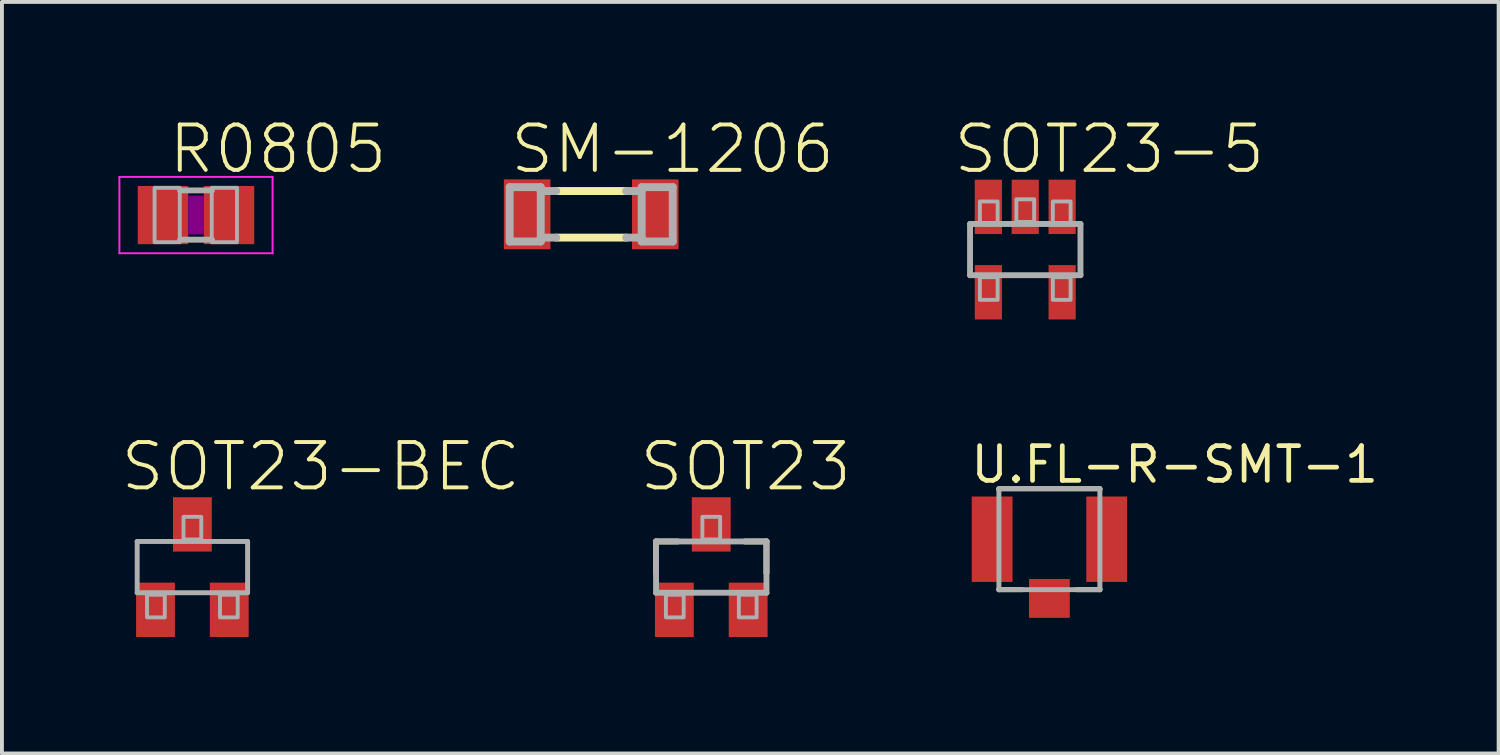
<source format=kicad_pcb>
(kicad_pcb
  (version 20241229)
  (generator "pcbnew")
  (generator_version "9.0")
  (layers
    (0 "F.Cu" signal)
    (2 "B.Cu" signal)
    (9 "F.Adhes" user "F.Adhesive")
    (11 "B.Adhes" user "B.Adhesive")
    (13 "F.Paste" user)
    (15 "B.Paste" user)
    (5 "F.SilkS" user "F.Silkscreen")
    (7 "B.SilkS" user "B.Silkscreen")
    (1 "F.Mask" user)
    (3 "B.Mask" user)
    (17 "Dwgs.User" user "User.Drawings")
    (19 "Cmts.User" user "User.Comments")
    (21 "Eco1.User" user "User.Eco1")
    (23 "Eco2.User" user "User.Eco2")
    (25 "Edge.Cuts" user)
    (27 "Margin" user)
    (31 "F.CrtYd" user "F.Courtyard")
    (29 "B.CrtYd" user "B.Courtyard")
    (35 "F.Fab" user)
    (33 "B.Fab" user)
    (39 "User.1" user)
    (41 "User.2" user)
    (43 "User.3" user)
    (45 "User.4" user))
  (footprint "SOT23-BEC"
    (layer "F.Cu")
    (at 1.905 11.556)
    (property "Reference" "SOT23-BEC" (at -1.905 -1.905 0) (layer "F.SilkS") (effects (font (size 1.168 1.168) (thickness 0.102)) (justify left bottom)))
    (fp_line (start -1.422 -0.66) (end 1.422 -0.66) (stroke (width 0.127) (type solid)) (layer "F.Fab"))
    (fp_line (start -1.422 0.66) (end -1.422 -0.66) (stroke (width 0.127) (type solid)) (layer "F.Fab"))
    (fp_line (start 1.422 -0.66) (end 1.422 0.66) (stroke (width 0.127) (type solid)) (layer "F.Fab"))
    (fp_line (start 1.422 0.66) (end -1.422 0.66) (stroke (width 0.127) (type solid)) (layer "F.Fab"))
    (fp_poly (pts (xy -1.168 1.295) (xy -0.711 1.295) (xy -0.711 0.711) (xy -1.168 0.711)) (stroke (width 0.1) (type default)) (fill no) (layer "F.Fab"))
    (fp_poly (pts (xy -0.229 -0.711) (xy 0.229 -0.711) (xy 0.229 -1.295) (xy -0.229 -1.295)) (stroke (width 0.1) (type default)) (fill no) (layer "F.Fab"))
    (fp_poly (pts (xy 0.711 1.295) (xy 1.168 1.295) (xy 1.168 0.711) (xy 0.711 0.711)) (stroke (width 0.1) (type default)) (fill no) (layer "F.Fab"))
    (pad "B" smd rect (at -0.95 1.1) (size 1 1.4) (layers "F.Cu" "F.Mask" "F.Paste"))
    (pad "C" smd rect (at 0 -1.1) (size 1 1.4) (layers "F.Cu" "F.Mask" "F.Paste"))
    (pad "E" smd rect (at 0.95 1.1) (size 1 1.4) (layers "F.Cu" "F.Mask" "F.Paste")))
  (footprint "SOT23"
    (layer "F.Cu")
    (at 15.269 11.556)
    (property "Reference" "SOT23" (at -1.905 -1.905 0) (layer "F.SilkS") (effects (font (size 1.168 1.168) (thickness 0.102)) (justify left bottom)))
    (fp_line (start -1.422 -0.66) (end -0.864 -0.66) (stroke (width 0.152) (type solid)) (layer "F.SilkS"))
    (fp_line (start -1.422 0.152) (end -1.422 -0.66) (stroke (width 0.152) (type solid)) (layer "F.SilkS"))
    (fp_line (start 0.864 -0.66) (end 1.422 -0.66) (stroke (width 0.152) (type solid)) (layer "F.SilkS"))
    (fp_line (start 1.422 -0.66) (end 1.422 0.152) (stroke (width 0.152) (type solid)) (layer "F.SilkS"))
    (fp_line (start -1.422 -0.66) (end 1.422 -0.66) (stroke (width 0.152) (type solid)) (layer "F.Fab"))
    (fp_line (start -1.422 0.66) (end -1.422 -0.66) (stroke (width 0.152) (type solid)) (layer "F.Fab"))
    (fp_line (start 1.422 -0.66) (end 1.422 0.66) (stroke (width 0.152) (type solid)) (layer "F.Fab"))
    (fp_line (start 1.422 0.66) (end -1.422 0.66) (stroke (width 0.152) (type solid)) (layer "F.Fab"))
    (fp_poly (pts (xy -1.168 1.295) (xy -0.711 1.295) (xy -0.711 0.711) (xy -1.168 0.711)) (stroke (width 0.1) (type default)) (fill no) (layer "F.Fab"))
    (fp_poly (pts (xy -0.229 -0.711) (xy 0.229 -0.711) (xy 0.229 -1.295) (xy -0.229 -1.295)) (stroke (width 0.1) (type default)) (fill no) (layer "F.Fab"))
    (fp_poly (pts (xy 0.711 1.295) (xy 1.168 1.295) (xy 1.168 0.711) (xy 0.711 0.711)) (stroke (width 0.1) (type default)) (fill no) (layer "F.Fab"))
    (pad "1" smd rect (at -0.95 1.1) (size 1 1.4) (layers "F.Cu" "F.Mask" "F.Paste"))
    (pad "2" smd rect (at 0.95 1.1) (size 1 1.4) (layers "F.Cu" "F.Mask" "F.Paste"))
    (pad "3" smd rect (at 0 -1.1) (size 1 1.4) (layers "F.Cu" "F.Mask" "F.Paste")))
  (footprint "SM-1206"
    (layer "F.Cu")
    (at 12.177 2.47)
    (property "Reference" "SM-1206" (at -2.143 -0.997 0) (layer "F.SilkS") (effects (font (size 1.168 1.168) (thickness 0.102)) (justify left bottom)))
    (fp_line (start -0.9 0.6) (end 0.9 0.6) (stroke (width 0.203) (type solid)) (layer "F.SilkS"))
    (fp_line (start 0.9 -0.6) (end -0.9 -0.6) (stroke (width 0.203) (type solid)) (layer "F.SilkS"))
    (fp_line (start -2.1 -0.7) (end -2.1 0.7) (stroke (width 0.203) (type solid)) (layer "F.Fab"))
    (fp_line (start -2.1 0.7) (end -1.3 0.7) (stroke (width 0.203) (type solid)) (layer "F.Fab"))
    (fp_line (start -1.3 -0.7) (end -2.1 -0.7) (stroke (width 0.203) (type solid)) (layer "F.Fab"))
    (fp_line (start -1.3 -0.6) (end -1.3 -0.7) (stroke (width 0.203) (type solid)) (layer "F.Fab"))
    (fp_line (start -1.3 0.6) (end -1.3 -0.6) (stroke (width 0.203) (type solid)) (layer "F.Fab"))
    (fp_line (start -1.3 0.6) (end -0.9 0.6) (stroke (width 0.203) (type solid)) (layer "F.Fab"))
    (fp_line (start -1.3 0.7) (end -1.3 0.6) (stroke (width 0.203) (type solid)) (layer "F.Fab"))
    (fp_line (start -0.9 -0.6) (end -1.3 -0.6) (stroke (width 0.203) (type solid)) (layer "F.Fab"))
    (fp_line (start 0.9 0.6) (end 1.3 0.6) (stroke (width 0.203) (type solid)) (layer "F.Fab"))
    (fp_line (start 1.3 -0.7) (end 1.3 -0.6) (stroke (width 0.203) (type solid)) (layer "F.Fab"))
    (fp_line (start 1.3 -0.6) (end 0.9 -0.6) (stroke (width 0.203) (type solid)) (layer "F.Fab"))
    (fp_line (start 1.3 -0.6) (end 1.3 0.6) (stroke (width 0.203) (type solid)) (layer "F.Fab"))
    (fp_line (start 1.3 0.6) (end 1.3 0.7) (stroke (width 0.203) (type solid)) (layer "F.Fab"))
    (fp_line (start 1.3 0.7) (end 2.1 0.7) (stroke (width 0.203) (type solid)) (layer "F.Fab"))
    (fp_line (start 2.1 -0.7) (end 1.3 -0.7) (stroke (width 0.203) (type solid)) (layer "F.Fab"))
    (fp_line (start 2.1 0.7) (end 2.1 -0.7) (stroke (width 0.203) (type solid)) (layer "F.Fab"))
    (pad "1" smd rect (at -1.65 0) (size 1.2 1.8) (layers "F.Cu" "F.Mask" "F.Paste"))
    (pad "2" smd rect (at 1.65 0) (size 1.2 1.8) (layers "F.Cu" "F.Mask" "F.Paste")))
  (footprint "R0805"
    (layer "F.Cu")
    (at 1.998 2.489)
    (property "Reference" "R0805" (at -0.762 -1.016 0) (layer "F.SilkS") (effects (font (size 1.168 1.168) (thickness 0.102)) (justify left bottom)))
    (fp_poly (pts (xy -0.2 0.5) (xy 0.2 0.5) (xy 0.2 -0.5) (xy -0.2 -0.5)) (stroke (width 0) (type default)) (fill yes) (layer "F.Adhes"))
    (fp_line (start -1.973 -0.983) (end 1.973 -0.983) (stroke (width 0.051) (type solid)) (layer "F.CrtYd"))
    (fp_line (start -1.973 0.983) (end -1.973 -0.983) (stroke (width 0.051) (type solid)) (layer "F.CrtYd"))
    (fp_line (start 1.973 -0.983) (end 1.973 0.983) (stroke (width 0.051) (type solid)) (layer "F.CrtYd"))
    (fp_line (start 1.973 0.983) (end -1.973 0.983) (stroke (width 0.051) (type solid)) (layer "F.CrtYd"))
    (fp_line (start -0.41 -0.635) (end 0.41 -0.635) (stroke (width 0.152) (type solid)) (layer "F.Fab"))
    (fp_line (start -0.41 0.635) (end 0.41 0.635) (stroke (width 0.152) (type solid)) (layer "F.Fab"))
    (fp_poly (pts (xy -1.067 0.699) (xy -0.417 0.699) (xy -0.417 -0.702) (xy -1.067 -0.702)) (stroke (width 0.1) (type default)) (fill no) (layer "F.Fab"))
    (fp_poly (pts (xy 0.406 0.699) (xy 1.056 0.699) (xy 1.056 -0.702) (xy 0.406 -0.702)) (stroke (width 0.1) (type default)) (fill no) (layer "F.Fab"))
    (pad "1" smd rect (at -0.85 0) (size 1.3 1.5) (layers "F.Cu" "F.Mask" "F.Paste"))
    (pad "2" smd rect (at 0.85 0) (size 1.3 1.5) (layers "F.Cu" "F.Mask" "F.Paste")))
  (footprint "U.FL-R-SMT-1"
    (layer "F.Cu")
    (at 23.978 10.838)
    (property "Reference" "U.FL-R-SMT-1" (at -2.09 -1.4 0) (layer "F.SilkS") (effects (font (size 0.894 0.894) (thickness 0.122)) (justify left bottom)))
    (fp_line (start -1.3 -1.3) (end 1.3 -1.3) (stroke (width 0.127) (type solid)) (layer "F.SilkS"))
    (fp_line (start -1.3 -1.27) (end -1.3 -1.3) (stroke (width 0.127) (type solid)) (layer "F.SilkS"))
    (fp_line (start -1.3 1.3) (end -1.3 1.27) (stroke (width 0.127) (type solid)) (layer "F.SilkS"))
    (fp_line (start -0.7 1.3) (end -1.3 1.3) (stroke (width 0.127) (type solid)) (layer "F.SilkS"))
    (fp_line (start 0.7 1.3) (end 1.3 1.3) (stroke (width 0.127) (type solid)) (layer "F.SilkS"))
    (fp_line (start 1.3 -1.3) (end 1.3 -1.27) (stroke (width 0.127) (type solid)) (layer "F.SilkS"))
    (fp_line (start 1.3 1.3) (end 1.3 1.27) (stroke (width 0.127) (type solid)) (layer "F.SilkS"))
    (fp_line (start -1.3 -1.3) (end 1.3 -1.3) (stroke (width 0.127) (type solid)) (layer "F.Fab"))
    (fp_line (start -1.3 1.3) (end -1.3 -1.3) (stroke (width 0.127) (type solid)) (layer "F.Fab"))
    (fp_line (start 1.3 -1.3) (end 1.3 1.3) (stroke (width 0.127) (type solid)) (layer "F.Fab"))
    (fp_line (start 1.3 1.3) (end -1.3 1.3) (stroke (width 0.127) (type solid)) (layer "F.Fab"))
    (pad "GND1" smd rect (at -1.475 0) (size 1.05 2.2) (layers "F.Cu" "F.Mask" "F.Paste"))
    (pad "GND2" smd rect (at 1.475 0) (size 1.05 2.2) (layers "F.Cu" "F.Mask" "F.Paste"))
    (pad "SIG" smd rect (at 0 1.525) (size 1.05 1) (layers "F.Cu" "F.Mask" "F.Paste")))
  (footprint "SOT23-5"
    (layer "F.Cu")
    (at 23.356 3.378)
    (property "Reference" "SOT23-5" (at -1.905 -1.905 0) (layer "F.SilkS") (effects (font (size 1.168 1.168) (thickness 0.102)) (justify left bottom)))
    (fp_line (start -1.422 -0.66) (end 1.422 -0.66) (stroke (width 0.152) (type solid)) (layer "F.Fab"))
    (fp_line (start -1.422 0.66) (end -1.422 -0.66) (stroke (width 0.152) (type solid)) (layer "F.Fab"))
    (fp_line (start 1.422 -0.66) (end 1.422 0.66) (stroke (width 0.152) (type solid)) (layer "F.Fab"))
    (fp_line (start 1.422 0.66) (end -1.422 0.66) (stroke (width 0.152) (type solid)) (layer "F.Fab"))
    (fp_poly (pts (xy -1.168 -0.655) (xy -0.711 -0.655) (xy -0.711 -1.239) (xy -1.168 -1.239)) (stroke (width 0.1) (type default)) (fill no) (layer "F.Fab"))
    (fp_poly (pts (xy -1.168 1.295) (xy -0.711 1.295) (xy -0.711 0.711) (xy -1.168 0.711)) (stroke (width 0.1) (type default)) (fill no) (layer "F.Fab"))
    (fp_poly (pts (xy -0.229 -0.711) (xy 0.229 -0.711) (xy 0.229 -1.295) (xy -0.229 -1.295)) (stroke (width 0.1) (type default)) (fill no) (layer "F.Fab"))
    (fp_poly (pts (xy 0.711 -0.655) (xy 1.168 -0.655) (xy 1.168 -1.239) (xy 0.711 -1.239)) (stroke (width 0.1) (type default)) (fill no) (layer "F.Fab"))
    (fp_poly (pts (xy 0.711 1.295) (xy 1.168 1.295) (xy 1.168 0.711) (xy 0.711 0.711)) (stroke (width 0.1) (type default)) (fill no) (layer "F.Fab"))
    (pad "1" smd rect (at 0.95 -1.1) (size 0.7 1.4) (layers "F.Cu" "F.Mask" "F.Paste"))
    (pad "2" smd rect (at 0 -1.1) (size 0.7 1.4) (layers "F.Cu" "F.Mask" "F.Paste"))
    (pad "3" smd rect (at -0.95 -1.1) (size 0.7 1.4) (layers "F.Cu" "F.Mask" "F.Paste"))
    (pad "4" smd rect (at -0.95 1.1) (size 0.7 1.4) (layers "F.Cu" "F.Mask" "F.Paste"))
    (pad "5" smd rect (at 0.95 1.1) (size 0.7 1.4) (layers "F.Cu" "F.Mask" "F.Paste")))
  (gr_rect
    (start -3 -3)
    (end 35.548 16.356)
    (stroke (width 0.1) (type default))
    (fill no)
    (layer "Edge.Cuts")))
</source>
